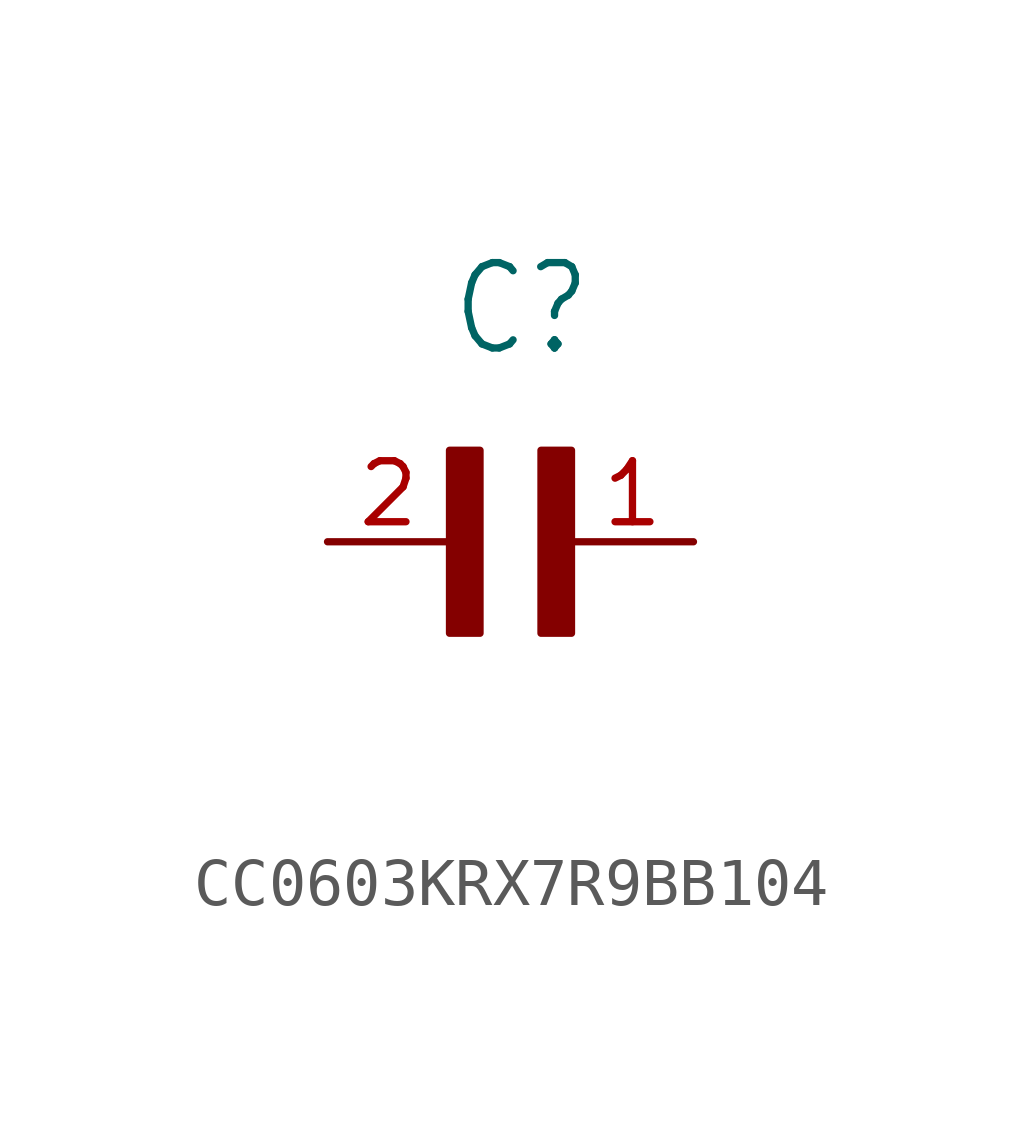
<source format=kicad_sym>
(kicad_symbol_lib
  (version 20220914)
  (generator kicad_symbol_editor)
  (symbol "CC0603KRX7R9BB104"
    (property "Reference" "C"
      (at 0 3.81 0)
      (effects (font (size 1.778 1.511)) (justify left bottom)))
    (property "Value" ""
      (at 0 -5.08 0)
      (effects (font (size 1.778 1.511)) (justify left bottom)))
    (property "ki_locked" ""
      (at 0 0 0)
      (effects (font (size 1.27 1.27))))
    (symbol "CC0603KRX7R9BB104_1_0"
      (rectangle (start 0 -1.905) (end 0.635 1.905) (stroke (width 0) (type default)) (fill (type outline)))
      (rectangle (start 1.905 -1.905) (end 2.54 1.905) (stroke (width 0) (type default)) (fill (type outline)))
      (pin passive line (at 5.08 0 180) (length 2.54) (name "1" (effects (font (size 0 0)))) (number "1" (effects (font (size 1.27 1.27)))))
      (pin passive line (at -2.54 0 0) (length 2.54) (name "2" (effects (font (size 0 0)))) (number "2" (effects (font (size 1.27 1.27))))))))
</source>
